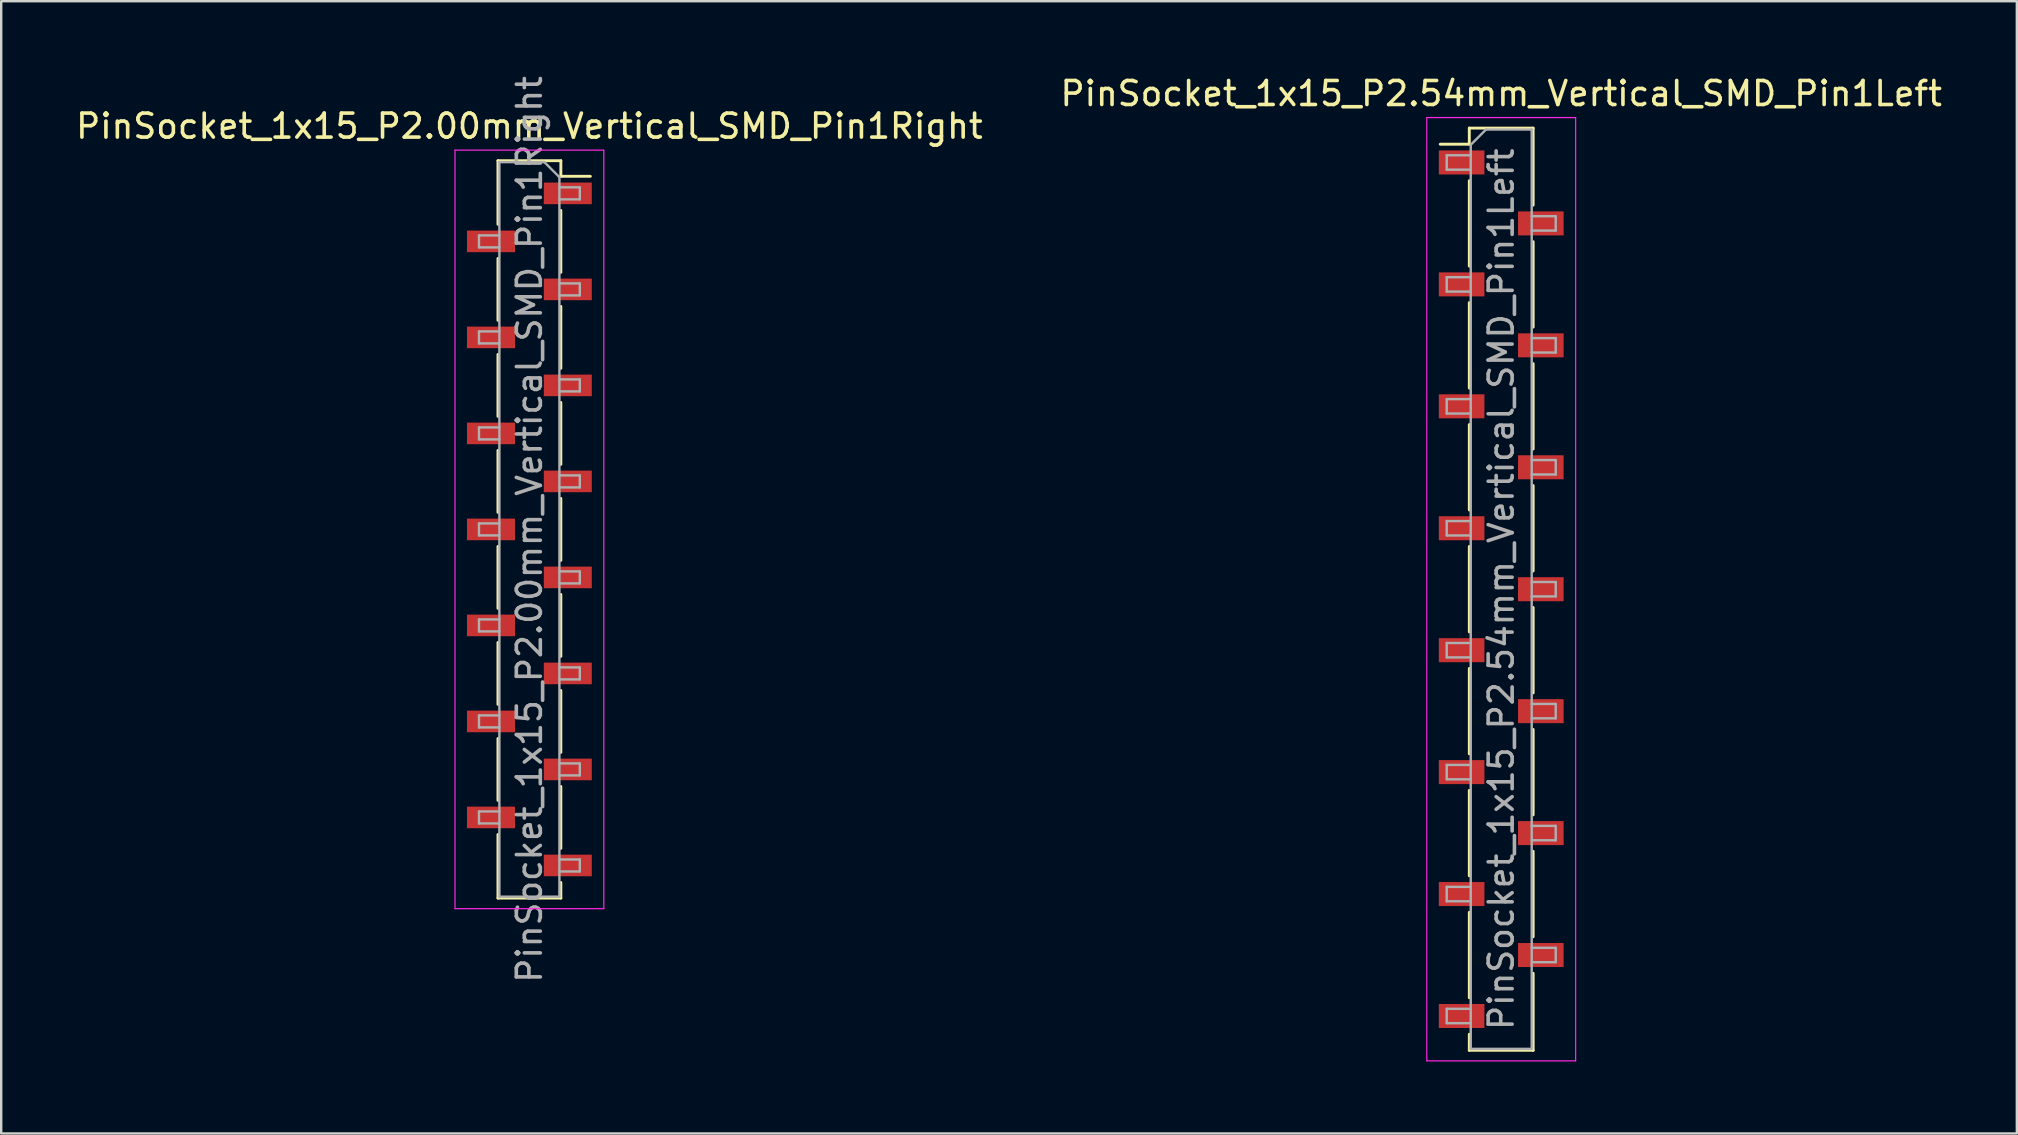
<source format=kicad_pcb>
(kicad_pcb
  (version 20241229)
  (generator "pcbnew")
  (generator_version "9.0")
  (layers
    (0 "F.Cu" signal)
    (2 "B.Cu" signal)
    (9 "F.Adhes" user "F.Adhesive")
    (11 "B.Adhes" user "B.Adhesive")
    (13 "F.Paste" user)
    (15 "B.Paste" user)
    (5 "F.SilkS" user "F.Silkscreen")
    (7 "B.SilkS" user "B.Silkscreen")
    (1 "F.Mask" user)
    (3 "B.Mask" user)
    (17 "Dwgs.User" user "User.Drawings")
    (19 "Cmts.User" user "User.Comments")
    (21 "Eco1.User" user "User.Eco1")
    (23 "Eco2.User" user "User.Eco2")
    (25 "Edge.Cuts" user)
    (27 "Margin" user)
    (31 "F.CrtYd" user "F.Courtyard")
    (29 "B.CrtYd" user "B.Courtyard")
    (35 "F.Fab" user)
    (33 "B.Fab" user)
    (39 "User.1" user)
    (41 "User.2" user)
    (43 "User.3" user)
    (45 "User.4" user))
  (footprint "PinSocket_1x15_P2.54mm_Vertical_SMD_Pin1Left"
    (layer "F.Cu")
    (at 59.494 21.498)
    (property "Reference" "PinSocket_1x15_P2.54mm_Vertical_SMD_Pin1Left" (at 0 -20.65 0) (layer "F.SilkS") (effects (font (size 1 1) (thickness 0.15))))
    (attr smd)
    (fp_line (start -2.54 -18.54) (end -1.33 -18.54) (stroke (width 0.12) (type solid)) (layer "F.SilkS"))
    (fp_line (start -1.33 -19.21) (end -1.33 -18.54) (stroke (width 0.12) (type solid)) (layer "F.SilkS"))
    (fp_line (start -1.33 -19.21) (end 1.33 -19.21) (stroke (width 0.12) (type solid)) (layer "F.SilkS"))
    (fp_line (start -1.33 -17.02) (end -1.33 -13.46) (stroke (width 0.12) (type solid)) (layer "F.SilkS"))
    (fp_line (start -1.33 -11.94) (end -1.33 -8.38) (stroke (width 0.12) (type solid)) (layer "F.SilkS"))
    (fp_line (start -1.33 -6.86) (end -1.33 -3.3) (stroke (width 0.12) (type solid)) (layer "F.SilkS"))
    (fp_line (start -1.33 -1.78) (end -1.33 1.78) (stroke (width 0.12) (type solid)) (layer "F.SilkS"))
    (fp_line (start -1.33 3.3) (end -1.33 6.86) (stroke (width 0.12) (type solid)) (layer "F.SilkS"))
    (fp_line (start -1.33 8.38) (end -1.33 11.94) (stroke (width 0.12) (type solid)) (layer "F.SilkS"))
    (fp_line (start -1.33 13.46) (end -1.33 17.02) (stroke (width 0.12) (type solid)) (layer "F.SilkS"))
    (fp_line (start -1.33 18.54) (end -1.33 19.21) (stroke (width 0.12) (type solid)) (layer "F.SilkS"))
    (fp_line (start -1.33 19.21) (end 1.33 19.21) (stroke (width 0.12) (type solid)) (layer "F.SilkS"))
    (fp_line (start 1.33 -19.21) (end 1.33 -16) (stroke (width 0.12) (type solid)) (layer "F.SilkS"))
    (fp_line (start 1.33 -14.48) (end 1.33 -10.92) (stroke (width 0.12) (type solid)) (layer "F.SilkS"))
    (fp_line (start 1.33 -9.4) (end 1.33 -5.84) (stroke (width 0.12) (type solid)) (layer "F.SilkS"))
    (fp_line (start 1.33 -4.32) (end 1.33 -0.76) (stroke (width 0.12) (type solid)) (layer "F.SilkS"))
    (fp_line (start 1.33 0.76) (end 1.33 4.32) (stroke (width 0.12) (type solid)) (layer "F.SilkS"))
    (fp_line (start 1.33 5.84) (end 1.33 9.4) (stroke (width 0.12) (type solid)) (layer "F.SilkS"))
    (fp_line (start 1.33 10.92) (end 1.33 14.48) (stroke (width 0.12) (type solid)) (layer "F.SilkS"))
    (fp_line (start 1.33 16) (end 1.33 19.21) (stroke (width 0.12) (type solid)) (layer "F.SilkS"))
    (fp_line (start -3.1 -19.65) (end 3.1 -19.65) (stroke (width 0.05) (type solid)) (layer "F.CrtYd"))
    (fp_line (start -3.1 19.65) (end -3.1 -19.65) (stroke (width 0.05) (type solid)) (layer "F.CrtYd"))
    (fp_line (start 3.1 -19.65) (end 3.1 19.65) (stroke (width 0.05) (type solid)) (layer "F.CrtYd"))
    (fp_line (start 3.1 19.65) (end -3.1 19.65) (stroke (width 0.05) (type solid)) (layer "F.CrtYd"))
    (fp_line (start -2.27 -18.08) (end -1.27 -18.08) (stroke (width 0.1) (type solid)) (layer "F.Fab"))
    (fp_line (start -2.27 -17.48) (end -2.27 -18.08) (stroke (width 0.1) (type solid)) (layer "F.Fab"))
    (fp_line (start -2.27 -13) (end -1.27 -13) (stroke (width 0.1) (type solid)) (layer "F.Fab"))
    (fp_line (start -2.27 -12.4) (end -2.27 -13) (stroke (width 0.1) (type solid)) (layer "F.Fab"))
    (fp_line (start -2.27 -7.92) (end -1.27 -7.92) (stroke (width 0.1) (type solid)) (layer "F.Fab"))
    (fp_line (start -2.27 -7.32) (end -2.27 -7.92) (stroke (width 0.1) (type solid)) (layer "F.Fab"))
    (fp_line (start -2.27 -2.84) (end -1.27 -2.84) (stroke (width 0.1) (type solid)) (layer "F.Fab"))
    (fp_line (start -2.27 -2.24) (end -2.27 -2.84) (stroke (width 0.1) (type solid)) (layer "F.Fab"))
    (fp_line (start -2.27 2.24) (end -1.27 2.24) (stroke (width 0.1) (type solid)) (layer "F.Fab"))
    (fp_line (start -2.27 2.84) (end -2.27 2.24) (stroke (width 0.1) (type solid)) (layer "F.Fab"))
    (fp_line (start -2.27 7.32) (end -1.27 7.32) (stroke (width 0.1) (type solid)) (layer "F.Fab"))
    (fp_line (start -2.27 7.92) (end -2.27 7.32) (stroke (width 0.1) (type solid)) (layer "F.Fab"))
    (fp_line (start -2.27 12.4) (end -1.27 12.4) (stroke (width 0.1) (type solid)) (layer "F.Fab"))
    (fp_line (start -2.27 13) (end -2.27 12.4) (stroke (width 0.1) (type solid)) (layer "F.Fab"))
    (fp_line (start -2.27 17.48) (end -1.27 17.48) (stroke (width 0.1) (type solid)) (layer "F.Fab"))
    (fp_line (start -2.27 18.08) (end -2.27 17.48) (stroke (width 0.1) (type solid)) (layer "F.Fab"))
    (fp_line (start -1.27 -18.515) (end -0.635 -19.15) (stroke (width 0.1) (type solid)) (layer "F.Fab"))
    (fp_line (start -1.27 -17.48) (end -2.27 -17.48) (stroke (width 0.1) (type solid)) (layer "F.Fab"))
    (fp_line (start -1.27 -12.4) (end -2.27 -12.4) (stroke (width 0.1) (type solid)) (layer "F.Fab"))
    (fp_line (start -1.27 -7.32) (end -2.27 -7.32) (stroke (width 0.1) (type solid)) (layer "F.Fab"))
    (fp_line (start -1.27 -2.24) (end -2.27 -2.24) (stroke (width 0.1) (type solid)) (layer "F.Fab"))
    (fp_line (start -1.27 2.84) (end -2.27 2.84) (stroke (width 0.1) (type solid)) (layer "F.Fab"))
    (fp_line (start -1.27 7.92) (end -2.27 7.92) (stroke (width 0.1) (type solid)) (layer "F.Fab"))
    (fp_line (start -1.27 13) (end -2.27 13) (stroke (width 0.1) (type solid)) (layer "F.Fab"))
    (fp_line (start -1.27 18.08) (end -2.27 18.08) (stroke (width 0.1) (type solid)) (layer "F.Fab"))
    (fp_line (start -1.27 19.15) (end -1.27 -18.515) (stroke (width 0.1) (type solid)) (layer "F.Fab"))
    (fp_line (start -0.635 -19.15) (end 1.27 -19.15) (stroke (width 0.1) (type solid)) (layer "F.Fab"))
    (fp_line (start 1.27 -19.15) (end 1.27 19.15) (stroke (width 0.1) (type solid)) (layer "F.Fab"))
    (fp_line (start 1.27 -15.54) (end 2.27 -15.54) (stroke (width 0.1) (type solid)) (layer "F.Fab"))
    (fp_line (start 1.27 -10.46) (end 2.27 -10.46) (stroke (width 0.1) (type solid)) (layer "F.Fab"))
    (fp_line (start 1.27 -5.38) (end 2.27 -5.38) (stroke (width 0.1) (type solid)) (layer "F.Fab"))
    (fp_line (start 1.27 -0.3) (end 2.27 -0.3) (stroke (width 0.1) (type solid)) (layer "F.Fab"))
    (fp_line (start 1.27 4.78) (end 2.27 4.78) (stroke (width 0.1) (type solid)) (layer "F.Fab"))
    (fp_line (start 1.27 9.86) (end 2.27 9.86) (stroke (width 0.1) (type solid)) (layer "F.Fab"))
    (fp_line (start 1.27 14.94) (end 2.27 14.94) (stroke (width 0.1) (type solid)) (layer "F.Fab"))
    (fp_line (start 1.27 19.15) (end -1.27 19.15) (stroke (width 0.1) (type solid)) (layer "F.Fab"))
    (fp_line (start 2.27 -15.54) (end 2.27 -14.94) (stroke (width 0.1) (type solid)) (layer "F.Fab"))
    (fp_line (start 2.27 -14.94) (end 1.27 -14.94) (stroke (width 0.1) (type solid)) (layer "F.Fab"))
    (fp_line (start 2.27 -10.46) (end 2.27 -9.86) (stroke (width 0.1) (type solid)) (layer "F.Fab"))
    (fp_line (start 2.27 -9.86) (end 1.27 -9.86) (stroke (width 0.1) (type solid)) (layer "F.Fab"))
    (fp_line (start 2.27 -5.38) (end 2.27 -4.78) (stroke (width 0.1) (type solid)) (layer "F.Fab"))
    (fp_line (start 2.27 -4.78) (end 1.27 -4.78) (stroke (width 0.1) (type solid)) (layer "F.Fab"))
    (fp_line (start 2.27 -0.3) (end 2.27 0.3) (stroke (width 0.1) (type solid)) (layer "F.Fab"))
    (fp_line (start 2.27 0.3) (end 1.27 0.3) (stroke (width 0.1) (type solid)) (layer "F.Fab"))
    (fp_line (start 2.27 4.78) (end 2.27 5.38) (stroke (width 0.1) (type solid)) (layer "F.Fab"))
    (fp_line (start 2.27 5.38) (end 1.27 5.38) (stroke (width 0.1) (type solid)) (layer "F.Fab"))
    (fp_line (start 2.27 9.86) (end 2.27 10.46) (stroke (width 0.1) (type solid)) (layer "F.Fab"))
    (fp_line (start 2.27 10.46) (end 1.27 10.46) (stroke (width 0.1) (type solid)) (layer "F.Fab"))
    (fp_line (start 2.27 14.94) (end 2.27 15.54) (stroke (width 0.1) (type solid)) (layer "F.Fab"))
    (fp_line (start 2.27 15.54) (end 1.27 15.54) (stroke (width 0.1) (type solid)) (layer "F.Fab"))
    (fp_text user "${REFERENCE}" (at 0 0 90) (layer "F.Fab") (effects (font (size 1 1) (thickness 0.15))))
    (pad "1" smd rect (at -1.65 -17.78) (size 1.9 1) (layers "F.Cu" "F.Mask" "F.Paste"))
    (pad "2" smd rect (at 1.65 -15.24) (size 1.9 1) (layers "F.Cu" "F.Mask" "F.Paste"))
    (pad "3" smd rect (at -1.65 -12.7) (size 1.9 1) (layers "F.Cu" "F.Mask" "F.Paste"))
    (pad "4" smd rect (at 1.65 -10.16) (size 1.9 1) (layers "F.Cu" "F.Mask" "F.Paste"))
    (pad "5" smd rect (at -1.65 -7.62) (size 1.9 1) (layers "F.Cu" "F.Mask" "F.Paste"))
    (pad "6" smd rect (at 1.65 -5.08) (size 1.9 1) (layers "F.Cu" "F.Mask" "F.Paste"))
    (pad "7" smd rect (at -1.65 -2.54) (size 1.9 1) (layers "F.Cu" "F.Mask" "F.Paste"))
    (pad "8" smd rect (at 1.65 0) (size 1.9 1) (layers "F.Cu" "F.Mask" "F.Paste"))
    (pad "9" smd rect (at -1.65 2.54) (size 1.9 1) (layers "F.Cu" "F.Mask" "F.Paste"))
    (pad "10" smd rect (at 1.65 5.08) (size 1.9 1) (layers "F.Cu" "F.Mask" "F.Paste"))
    (pad "11" smd rect (at -1.65 7.62) (size 1.9 1) (layers "F.Cu" "F.Mask" "F.Paste"))
    (pad "12" smd rect (at 1.65 10.16) (size 1.9 1) (layers "F.Cu" "F.Mask" "F.Paste"))
    (pad "13" smd rect (at -1.65 12.7) (size 1.9 1) (layers "F.Cu" "F.Mask" "F.Paste"))
    (pad "14" smd rect (at 1.65 15.24) (size 1.9 1) (layers "F.Cu" "F.Mask" "F.Paste"))
    (pad "15" smd rect (at -1.65 17.78) (size 1.9 1) (layers "F.Cu" "F.Mask" "F.Paste")))
  (footprint "PinSocket_1x15_P2.00mm_Vertical_SMD_Pin1Right"
    (layer "F.Cu")
    (at 19.006 19.006)
    (property "Reference" "PinSocket_1x15_P2.00mm_Vertical_SMD_Pin1Right" (at 0 -16.8 0) (layer "F.SilkS") (effects (font (size 1 1) (thickness 0.15))))
    (attr smd)
    (fp_line (start -1.31 -15.36) (end -1.31 -12.71) (stroke (width 0.12) (type solid)) (layer "F.SilkS"))
    (fp_line (start -1.31 -15.36) (end 1.31 -15.36) (stroke (width 0.12) (type solid)) (layer "F.SilkS"))
    (fp_line (start -1.31 -11.29) (end -1.31 -8.71) (stroke (width 0.12) (type solid)) (layer "F.SilkS"))
    (fp_line (start -1.31 -7.29) (end -1.31 -4.71) (stroke (width 0.12) (type solid)) (layer "F.SilkS"))
    (fp_line (start -1.31 -3.29) (end -1.31 -0.71) (stroke (width 0.12) (type solid)) (layer "F.SilkS"))
    (fp_line (start -1.31 0.71) (end -1.31 3.29) (stroke (width 0.12) (type solid)) (layer "F.SilkS"))
    (fp_line (start -1.31 4.71) (end -1.31 7.29) (stroke (width 0.12) (type solid)) (layer "F.SilkS"))
    (fp_line (start -1.31 8.71) (end -1.31 11.29) (stroke (width 0.12) (type solid)) (layer "F.SilkS"))
    (fp_line (start -1.31 12.71) (end -1.31 15.36) (stroke (width 0.12) (type solid)) (layer "F.SilkS"))
    (fp_line (start -1.31 15.36) (end 1.31 15.36) (stroke (width 0.12) (type solid)) (layer "F.SilkS"))
    (fp_line (start 1.31 -15.36) (end 1.31 -14.71) (stroke (width 0.12) (type solid)) (layer "F.SilkS"))
    (fp_line (start 1.31 -14.71) (end 2.54 -14.71) (stroke (width 0.12) (type solid)) (layer "F.SilkS"))
    (fp_line (start 1.31 -13.29) (end 1.31 -10.71) (stroke (width 0.12) (type solid)) (layer "F.SilkS"))
    (fp_line (start 1.31 -9.29) (end 1.31 -6.71) (stroke (width 0.12) (type solid)) (layer "F.SilkS"))
    (fp_line (start 1.31 -5.29) (end 1.31 -2.71) (stroke (width 0.12) (type solid)) (layer "F.SilkS"))
    (fp_line (start 1.31 -1.29) (end 1.31 1.29) (stroke (width 0.12) (type solid)) (layer "F.SilkS"))
    (fp_line (start 1.31 2.71) (end 1.31 5.29) (stroke (width 0.12) (type solid)) (layer "F.SilkS"))
    (fp_line (start 1.31 6.71) (end 1.31 9.29) (stroke (width 0.12) (type solid)) (layer "F.SilkS"))
    (fp_line (start 1.31 10.71) (end 1.31 13.29) (stroke (width 0.12) (type solid)) (layer "F.SilkS"))
    (fp_line (start 1.31 14.71) (end 1.31 15.36) (stroke (width 0.12) (type solid)) (layer "F.SilkS"))
    (fp_line (start -3.1 -15.8) (end 3.1 -15.8) (stroke (width 0.05) (type solid)) (layer "F.CrtYd"))
    (fp_line (start -3.1 15.8) (end -3.1 -15.8) (stroke (width 0.05) (type solid)) (layer "F.CrtYd"))
    (fp_line (start 3.1 -15.8) (end 3.1 15.8) (stroke (width 0.05) (type solid)) (layer "F.CrtYd"))
    (fp_line (start 3.1 15.8) (end -3.1 15.8) (stroke (width 0.05) (type solid)) (layer "F.CrtYd"))
    (fp_line (start -2.1 -12.25) (end -1.25 -12.25) (stroke (width 0.1) (type solid)) (layer "F.Fab"))
    (fp_line (start -2.1 -11.75) (end -2.1 -12.25) (stroke (width 0.1) (type solid)) (layer "F.Fab"))
    (fp_line (start -2.1 -8.25) (end -1.25 -8.25) (stroke (width 0.1) (type solid)) (layer "F.Fab"))
    (fp_line (start -2.1 -7.75) (end -2.1 -8.25) (stroke (width 0.1) (type solid)) (layer "F.Fab"))
    (fp_line (start -2.1 -4.25) (end -1.25 -4.25) (stroke (width 0.1) (type solid)) (layer "F.Fab"))
    (fp_line (start -2.1 -3.75) (end -2.1 -4.25) (stroke (width 0.1) (type solid)) (layer "F.Fab"))
    (fp_line (start -2.1 -0.25) (end -1.25 -0.25) (stroke (width 0.1) (type solid)) (layer "F.Fab"))
    (fp_line (start -2.1 0.25) (end -2.1 -0.25) (stroke (width 0.1) (type solid)) (layer "F.Fab"))
    (fp_line (start -2.1 3.75) (end -1.25 3.75) (stroke (width 0.1) (type solid)) (layer "F.Fab"))
    (fp_line (start -2.1 4.25) (end -2.1 3.75) (stroke (width 0.1) (type solid)) (layer "F.Fab"))
    (fp_line (start -2.1 7.75) (end -1.25 7.75) (stroke (width 0.1) (type solid)) (layer "F.Fab"))
    (fp_line (start -2.1 8.25) (end -2.1 7.75) (stroke (width 0.1) (type solid)) (layer "F.Fab"))
    (fp_line (start -2.1 11.75) (end -1.25 11.75) (stroke (width 0.1) (type solid)) (layer "F.Fab"))
    (fp_line (start -2.1 12.25) (end -2.1 11.75) (stroke (width 0.1) (type solid)) (layer "F.Fab"))
    (fp_line (start -1.25 -15.3) (end 0.625 -15.3) (stroke (width 0.1) (type solid)) (layer "F.Fab"))
    (fp_line (start -1.25 -11.75) (end -2.1 -11.75) (stroke (width 0.1) (type solid)) (layer "F.Fab"))
    (fp_line (start -1.25 -7.75) (end -2.1 -7.75) (stroke (width 0.1) (type solid)) (layer "F.Fab"))
    (fp_line (start -1.25 -3.75) (end -2.1 -3.75) (stroke (width 0.1) (type solid)) (layer "F.Fab"))
    (fp_line (start -1.25 0.25) (end -2.1 0.25) (stroke (width 0.1) (type solid)) (layer "F.Fab"))
    (fp_line (start -1.25 4.25) (end -2.1 4.25) (stroke (width 0.1) (type solid)) (layer "F.Fab"))
    (fp_line (start -1.25 8.25) (end -2.1 8.25) (stroke (width 0.1) (type solid)) (layer "F.Fab"))
    (fp_line (start -1.25 12.25) (end -2.1 12.25) (stroke (width 0.1) (type solid)) (layer "F.Fab"))
    (fp_line (start -1.25 15.3) (end -1.25 -15.3) (stroke (width 0.1) (type solid)) (layer "F.Fab"))
    (fp_line (start 0.625 -15.3) (end 1.25 -14.675) (stroke (width 0.1) (type solid)) (layer "F.Fab"))
    (fp_line (start 1.25 -14.675) (end 1.25 15.3) (stroke (width 0.1) (type solid)) (layer "F.Fab"))
    (fp_line (start 1.25 -14.25) (end 2.1 -14.25) (stroke (width 0.1) (type solid)) (layer "F.Fab"))
    (fp_line (start 1.25 -10.25) (end 2.1 -10.25) (stroke (width 0.1) (type solid)) (layer "F.Fab"))
    (fp_line (start 1.25 -6.25) (end 2.1 -6.25) (stroke (width 0.1) (type solid)) (layer "F.Fab"))
    (fp_line (start 1.25 -2.25) (end 2.1 -2.25) (stroke (width 0.1) (type solid)) (layer "F.Fab"))
    (fp_line (start 1.25 1.75) (end 2.1 1.75) (stroke (width 0.1) (type solid)) (layer "F.Fab"))
    (fp_line (start 1.25 5.75) (end 2.1 5.75) (stroke (width 0.1) (type solid)) (layer "F.Fab"))
    (fp_line (start 1.25 9.75) (end 2.1 9.75) (stroke (width 0.1) (type solid)) (layer "F.Fab"))
    (fp_line (start 1.25 13.75) (end 2.1 13.75) (stroke (width 0.1) (type solid)) (layer "F.Fab"))
    (fp_line (start 1.25 15.3) (end -1.25 15.3) (stroke (width 0.1) (type solid)) (layer "F.Fab"))
    (fp_line (start 2.1 -14.25) (end 2.1 -13.75) (stroke (width 0.1) (type solid)) (layer "F.Fab"))
    (fp_line (start 2.1 -13.75) (end 1.25 -13.75) (stroke (width 0.1) (type solid)) (layer "F.Fab"))
    (fp_line (start 2.1 -10.25) (end 2.1 -9.75) (stroke (width 0.1) (type solid)) (layer "F.Fab"))
    (fp_line (start 2.1 -9.75) (end 1.25 -9.75) (stroke (width 0.1) (type solid)) (layer "F.Fab"))
    (fp_line (start 2.1 -6.25) (end 2.1 -5.75) (stroke (width 0.1) (type solid)) (layer "F.Fab"))
    (fp_line (start 2.1 -5.75) (end 1.25 -5.75) (stroke (width 0.1) (type solid)) (layer "F.Fab"))
    (fp_line (start 2.1 -2.25) (end 2.1 -1.75) (stroke (width 0.1) (type solid)) (layer "F.Fab"))
    (fp_line (start 2.1 -1.75) (end 1.25 -1.75) (stroke (width 0.1) (type solid)) (layer "F.Fab"))
    (fp_line (start 2.1 1.75) (end 2.1 2.25) (stroke (width 0.1) (type solid)) (layer "F.Fab"))
    (fp_line (start 2.1 2.25) (end 1.25 2.25) (stroke (width 0.1) (type solid)) (layer "F.Fab"))
    (fp_line (start 2.1 5.75) (end 2.1 6.25) (stroke (width 0.1) (type solid)) (layer "F.Fab"))
    (fp_line (start 2.1 6.25) (end 1.25 6.25) (stroke (width 0.1) (type solid)) (layer "F.Fab"))
    (fp_line (start 2.1 9.75) (end 2.1 10.25) (stroke (width 0.1) (type solid)) (layer "F.Fab"))
    (fp_line (start 2.1 10.25) (end 1.25 10.25) (stroke (width 0.1) (type solid)) (layer "F.Fab"))
    (fp_line (start 2.1 13.75) (end 2.1 14.25) (stroke (width 0.1) (type solid)) (layer "F.Fab"))
    (fp_line (start 2.1 14.25) (end 1.25 14.25) (stroke (width 0.1) (type solid)) (layer "F.Fab"))
    (fp_text user "${REFERENCE}" (at 0 0 90) (layer "F.Fab") (effects (font (size 1 1) (thickness 0.15))))
    (pad "1" smd rect (at 1.6 -14) (size 2 0.9) (layers "F.Cu" "F.Mask" "F.Paste"))
    (pad "2" smd rect (at -1.6 -12) (size 2 0.9) (layers "F.Cu" "F.Mask" "F.Paste"))
    (pad "3" smd rect (at 1.6 -10) (size 2 0.9) (layers "F.Cu" "F.Mask" "F.Paste"))
    (pad "4" smd rect (at -1.6 -8) (size 2 0.9) (layers "F.Cu" "F.Mask" "F.Paste"))
    (pad "5" smd rect (at 1.6 -6) (size 2 0.9) (layers "F.Cu" "F.Mask" "F.Paste"))
    (pad "6" smd rect (at -1.6 -4) (size 2 0.9) (layers "F.Cu" "F.Mask" "F.Paste"))
    (pad "7" smd rect (at 1.6 -2) (size 2 0.9) (layers "F.Cu" "F.Mask" "F.Paste"))
    (pad "8" smd rect (at -1.6 0) (size 2 0.9) (layers "F.Cu" "F.Mask" "F.Paste"))
    (pad "9" smd rect (at 1.6 2) (size 2 0.9) (layers "F.Cu" "F.Mask" "F.Paste"))
    (pad "10" smd rect (at -1.6 4) (size 2 0.9) (layers "F.Cu" "F.Mask" "F.Paste"))
    (pad "11" smd rect (at 1.6 6) (size 2 0.9) (layers "F.Cu" "F.Mask" "F.Paste"))
    (pad "12" smd rect (at -1.6 8) (size 2 0.9) (layers "F.Cu" "F.Mask" "F.Paste"))
    (pad "13" smd rect (at 1.6 10) (size 2 0.9) (layers "F.Cu" "F.Mask" "F.Paste"))
    (pad "14" smd rect (at -1.6 12) (size 2 0.9) (layers "F.Cu" "F.Mask" "F.Paste"))
    (pad "15" smd rect (at 1.6 14) (size 2 0.9) (layers "F.Cu" "F.Mask" "F.Paste")))
  (gr_rect
    (start -3 -3)
    (end 80.976 44.173)
    (stroke (width 0.1) (type default))
    (fill no)
    (layer "Edge.Cuts")))
</source>
